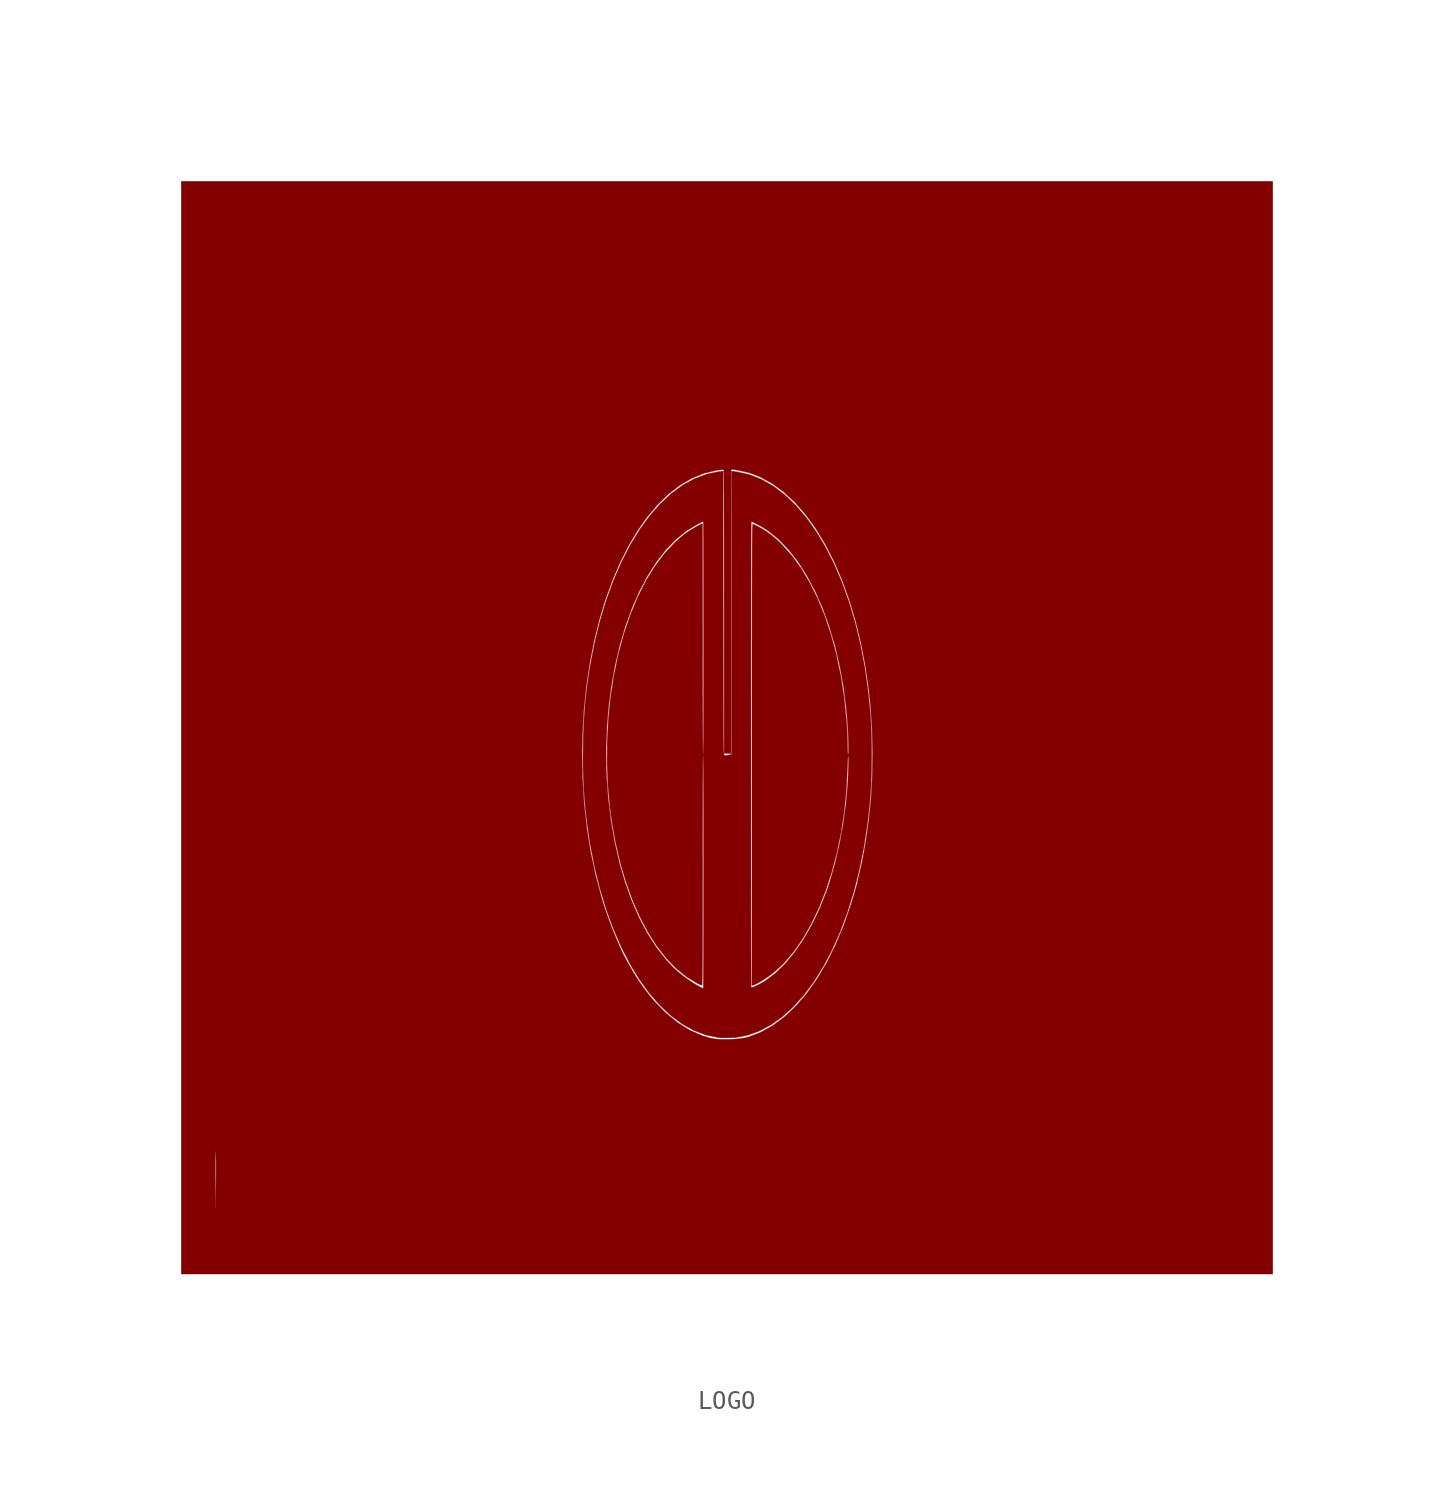
<source format=kicad_sym>
(kicad_symbol_lib
  (version 20210619)
  (generator bitmap2component)
  (symbol "LOGO"
    (pin_names
      (offset 1.016))
    (property "Reference" "#G"
      (at 0 29.428 0)
      (effects (font (size 1.27 1.27)) hide))
    (symbol "LOGO_0_0"
      (polyline (pts (xy 30.03 30.063) (xy -30.029 30.063) (xy -30.029 -1.442) (xy -7.978 -1.442) (xy -7.959 -0.377) (xy -7.882 0.969) (xy -7.748 2.279) (xy -7.559 3.547) (xy -7.319 4.77) (xy -7.029 5.941) (xy -6.692 7.056) (xy -6.311 8.11) (xy -5.887 9.098) (xy -5.423 10.014) (xy -4.921 10.854) (xy -4.385 11.612) (xy -3.816 12.284) (xy -3.216 12.864) (xy -2.589 13.347) (xy -1.936 13.728) (xy -1.26 14.003) (xy -0.563 14.165) (xy -0.43 14.183) (xy -0.306 14.195) (xy -0.219 14.198) (xy -0.18 14.192) (xy -0.18 14.191) (xy -0.177 14.118) (xy -0.174 13.929) (xy -0.171 13.633) (xy -0.169 13.237) (xy -0.166 12.749) (xy -0.164 12.174) (xy -0.162 11.522) (xy -0.161 10.799) (xy -0.159 10.012) (xy -0.158 9.169) (xy -0.157 8.278) (xy -0.157 7.345) (xy -0.156 6.377) (xy -0.156 -1.411) (xy 0.219 -1.411) (xy 0.219 6.39) (xy 0.219 7.452) (xy 0.219 8.382) (xy 0.219 9.269) (xy 0.219 10.107) (xy 0.22 10.888) (xy 0.22 11.604) (xy 0.221 12.249) (xy 0.222 12.816) (xy 0.223 13.296) (xy 0.223 13.682) (xy 0.224 13.968) (xy 0.225 14.145) (xy 0.226 14.207) (xy 0.239 14.213) (xy 0.304 14.212) (xy 0.413 14.199) (xy 0.555 14.175) (xy 0.718 14.144) (xy 0.89 14.107) (xy 1.06 14.067) (xy 1.217 14.026) (xy 1.349 13.986) (xy 1.821 13.801) (xy 2.492 13.435) (xy 3.137 12.962) (xy 3.754 12.386) (xy 4.341 11.713) (xy 4.895 10.948) (xy 5.413 10.094) (xy 5.893 9.159) (xy 6.331 8.145) (xy 6.726 7.059) (xy 7.073 5.906) (xy 7.371 4.69) (xy 7.617 3.417) (xy 7.808 2.091) (xy 7.897 1.245) (xy 7.981 -0.023) (xy 8.016 -1.315) (xy 7.998 -2.601) (xy 7.929 -3.853) (xy 7.883 -4.37) (xy 7.796 -5.144) (xy 7.689 -5.926) (xy 7.567 -6.683) (xy 7.435 -7.383) (xy 7.298 -7.993) (xy 7.261 -8.139) (xy 7.211 -8.35) (xy 7.176 -8.503) (xy 7.163 -8.571) (xy 7.159 -8.591) (xy 7.13 -8.701) (xy 7.077 -8.888) (xy 7.006 -9.131) (xy 6.923 -9.412) (xy 6.81 -9.779) (xy 6.412 -10.917) (xy 5.969 -11.973) (xy 5.483 -12.945) (xy 4.958 -13.827) (xy 4.398 -14.617) (xy 3.804 -15.31) (xy 3.18 -15.901) (xy 2.529 -16.388) (xy 1.853 -16.766) (xy 1.157 -17.031) (xy 1.138 -17.036) (xy 0.932 -17.081) (xy 0.681 -17.115) (xy 0.401 -17.139) (xy 0.106 -17.151) (xy -0.187 -17.153) (xy -0.464 -17.143) (xy -0.709 -17.121) (xy -0.907 -17.086) (xy -1.356 -16.953) (xy -2.047 -16.648) (xy -2.72 -16.231) (xy -3.368 -15.703) (xy -3.988 -15.068) (xy -4.222 -14.789) (xy -4.498 -14.436) (xy -4.764 -14.068) (xy -5.005 -13.708) (xy -5.206 -13.377) (xy -5.219 -13.354) (xy -5.327 -13.164) (xy -5.43 -12.984) (xy -5.507 -12.85) (xy -5.679 -12.526) (xy -5.877 -12.109) (xy -6.086 -11.628) (xy -6.298 -11.108) (xy -6.501 -10.572) (xy -6.689 -10.041) (xy -6.85 -9.54) (xy -6.91 -9.34) (xy -7.239 -8.102) (xy -7.507 -6.836) (xy -7.715 -5.539) (xy -7.862 -4.209) (xy -7.95 -2.844) (xy -7.978 -1.442) (xy -30.029 -1.442) (xy -30.029 -24.222) (xy -28.162 -24.222) (xy -28.16 -23.817) (xy -28.155 -23.523) (xy -28.148 -23.344) (xy -28.137 -23.283) (xy -28.135 -23.285) (xy -28.125 -23.368) (xy -28.118 -23.57) (xy -28.114 -23.885) (xy -28.113 -24.312) (xy -28.115 -24.846) (xy -28.118 -25.211) (xy -28.122 -25.601) (xy -28.126 -25.936) (xy -28.13 -26.198) (xy -28.135 -26.37) (xy -28.139 -26.436) (xy -28.142 -26.441) (xy -28.152 -26.407) (xy -28.152 -26.358) (xy -28.153 -26.199) (xy -28.154 -25.948) (xy -28.155 -25.623) (xy -28.157 -25.24) (xy -28.16 -24.817) (xy -28.16 -24.734) (xy -28.162 -24.222) (xy -30.029 -24.222) (xy -30.029 -30.063) (xy 30.03 -30.063) (xy 30.03 30.063)) (stroke (width 0.01)) (fill (type outline)))
      (polyline (pts (xy 0.431 -17.057) (xy 1.115 -16.928) (xy 1.784 -16.687) (xy 2.434 -16.339) (xy 3.062 -15.887) (xy 3.666 -15.336) (xy 4.243 -14.689) (xy 4.79 -13.952) (xy 5.303 -13.127) (xy 5.781 -12.22) (xy 6.219 -11.234) (xy 6.616 -10.173) (xy 6.968 -9.043) (xy 7.272 -7.846) (xy 7.527 -6.587) (xy 7.727 -5.27) (xy 7.74 -5.167) (xy 7.823 -4.453) (xy 7.883 -3.783) (xy 7.924 -3.116) (xy 7.947 -2.41) (xy 7.956 -1.626) (xy 7.955 -1.002) (xy 7.946 -0.42) (xy 7.926 0.112) (xy 7.894 0.631) (xy 7.848 1.174) (xy 7.787 1.779) (xy 7.755 2.057) (xy 7.57 3.36) (xy 7.33 4.614) (xy 7.039 5.811) (xy 6.698 6.949) (xy 6.311 8.021) (xy 5.881 9.023) (xy 5.41 9.95) (xy 4.902 10.797) (xy 4.36 11.559) (xy 3.785 12.232) (xy 3.182 12.81) (xy 2.553 13.288) (xy 1.901 13.662) (xy 1.229 13.927) (xy 0.54 14.078) (xy 0.25 14.116) (xy 0.25 -1.464) (xy 0.082 -1.505) (xy 0.018 -1.518) (xy -0.081 -1.529) (xy -0.144 -1.524) (xy -0.153 -1.518) (xy -0.161 -1.502) (xy -0.168 -1.471) (xy -0.174 -1.418) (xy -0.179 -1.336) (xy -0.184 -1.22) (xy -0.188 -1.062) (xy -0.192 -0.858) (xy -0.195 -0.6) (xy -0.198 -0.282) (xy -0.2 0.102) (xy -0.202 0.558) (xy -0.204 1.093) (xy -0.205 1.713) (xy -0.207 2.424) (xy -0.208 3.233) (xy -0.209 4.145) (xy -0.21 5.168) (xy -0.211 6.307) (xy -0.219 14.116) (xy -0.508 14.078) (xy -1.09 13.959) (xy -1.767 13.71) (xy -2.425 13.351) (xy -3.061 12.885) (xy -3.672 12.317) (xy -4.254 11.652) (xy -4.805 10.893) (xy -5.322 10.047) (xy -5.801 9.117) (xy -6.24 8.108) (xy -6.636 7.024) (xy -6.985 5.871) (xy -7.285 4.653) (xy -7.532 3.374) (xy -7.544 3.304) (xy -7.688 2.349) (xy -7.795 1.418) (xy -7.867 0.479) (xy -7.909 -0.504) (xy -7.916 -1.087) (xy -6.654 -1.087) (xy -6.609 0.054) (xy -6.514 1.192) (xy -6.37 2.301) (xy -6.178 3.377) (xy -5.915 4.505) (xy -5.601 5.572) (xy -5.24 6.572) (xy -4.833 7.499) (xy -4.384 8.347) (xy -3.897 9.11) (xy -3.375 9.782) (xy -2.82 10.358) (xy -2.236 10.832) (xy -1.625 11.197) (xy -1.535 11.242) (xy -1.419 11.298) (xy -1.336 11.336) (xy -1.3 11.35) (xy -1.298 11.304) (xy -1.296 11.143) (xy -1.294 10.874) (xy -1.292 10.506) (xy -1.29 10.046) (xy -1.288 9.503) (xy -1.286 8.884) (xy -1.285 8.198) (xy -1.284 7.452) (xy -1.283 6.655) (xy -1.283 5.815) (xy -1.282 4.939) (xy -1.282 4.551) (xy -1.283 3.416) (xy -1.284 2.397) (xy -1.286 1.496) (xy -1.288 0.712) (xy -1.291 0.047) (xy -1.294 -0.498) (xy -1.298 -0.923) (xy -1.303 -1.228) (xy -1.308 -1.411) (xy -1.314 -1.472) (xy -1.315 -1.468) (xy -1.321 -1.373) (xy -1.326 -1.157) (xy -1.33 -0.82) (xy -1.334 -0.362) (xy -1.338 0.216) (xy -1.34 0.913) (xy -1.342 1.728) (xy -1.344 2.661) (xy -1.345 3.711) (xy -1.345 4.878) (xy -1.345 5.595) (xy -1.345 6.438) (xy -1.346 7.239) (xy -1.346 7.99) (xy -1.347 8.683) (xy -1.347 9.309) (xy -1.348 9.862) (xy -1.349 10.332) (xy -1.35 10.711) (xy -1.351 10.993) (xy -1.352 11.167) (xy -1.353 11.227) (xy -1.354 11.227) (xy -1.412 11.206) (xy -1.516 11.155) (xy -1.652 11.081) (xy -1.807 10.991) (xy -1.968 10.894) (xy -2.123 10.798) (xy -2.257 10.709) (xy -2.357 10.637) (xy -2.851 10.21) (xy -3.422 9.598) (xy -3.954 8.894) (xy -4.445 8.101) (xy -4.892 7.221) (xy -5.295 6.259) (xy -5.651 5.218) (xy -5.958 4.101) (xy -5.995 3.95) (xy -6.229 2.815) (xy -6.407 1.639) (xy -6.528 0.432) (xy -6.591 -0.792) (xy -6.596 -2.02) (xy -6.543 -3.241) (xy -6.429 -4.442) (xy -6.334 -5.146) (xy -6.125 -6.32) (xy -5.863 -7.439) (xy -5.551 -8.498) (xy -5.192 -9.49) (xy -4.789 -10.41) (xy -4.344 -11.251) (xy -3.861 -12.008) (xy -3.343 -12.675) (xy -2.793 -13.247) (xy -2.213 -13.716) (xy -1.606 -14.078) (xy -1.514 -14.121) (xy -1.426 -14.158) (xy -1.38 -14.172) (xy -1.375 -14.15) (xy -1.369 -14.051) (xy -1.365 -13.87) (xy -1.36 -13.601) (xy -1.357 -13.242) (xy -1.353 -12.788) (xy -1.351 -12.236) (xy -1.349 -11.581) (xy -1.347 -10.819) (xy -1.346 -9.946) (xy -1.345 -8.959) (xy -1.345 -7.853) (xy -1.345 -7.555) (xy -1.345 -6.42) (xy -1.343 -5.402) (xy -1.342 -4.501) (xy -1.34 -3.718) (xy -1.337 -3.053) (xy -1.333 -2.508) (xy -1.329 -2.083) (xy -1.325 -1.778) (xy -1.319 -1.595) (xy -1.314 -1.534) (xy -1.312 -1.54) (xy -1.306 -1.64) (xy -1.301 -1.863) (xy -1.297 -2.206) (xy -1.293 -2.67) (xy -1.292 -2.877) (xy 1.314 -2.877) (xy 1.314 -1.793) (xy 1.314 -0.707) (xy 1.315 0.374) (xy 1.315 1.444) (xy 1.315 2.494) (xy 1.316 3.519) (xy 1.316 4.511) (xy 1.317 5.464) (xy 1.318 6.37) (xy 1.319 7.223) (xy 1.32 8.015) (xy 1.321 8.74) (xy 1.322 9.391) (xy 1.324 9.961) (xy 1.325 10.443) (xy 1.327 10.829) (xy 1.328 11.114) (xy 1.33 11.29) (xy 1.332 11.35) (xy 1.346 11.347) (xy 1.415 11.318) (xy 1.524 11.265) (xy 1.659 11.195) (xy 1.805 11.117) (xy 1.95 11.036) (xy 2.077 10.961) (xy 2.174 10.9) (xy 2.252 10.847) (xy 2.842 10.37) (xy 3.401 9.79) (xy 3.926 9.114) (xy 4.415 8.349) (xy 4.864 7.5) (xy 5.271 6.574) (xy 5.632 5.578) (xy 5.946 4.518) (xy 6.209 3.4) (xy 6.418 2.23) (xy 6.571 1.016) (xy 6.59 0.817) (xy 6.621 0.433) (xy 6.647 0.039) (xy 6.668 -0.345) (xy 6.683 -0.701) (xy 6.69 -1.011) (xy 6.691 -1.255) (xy 6.682 -1.415) (xy 6.665 -1.472) (xy 6.647 -1.415) (xy 6.636 -1.251) (xy 6.631 -0.993) (xy 6.63 -0.853) (xy 6.621 -0.535) (xy 6.606 -0.18) (xy 6.586 0.159) (xy 6.563 0.478) (xy 6.434 1.712) (xy 6.247 2.903) (xy 6.007 4.045) (xy 5.713 5.13) (xy 5.37 6.153) (xy 4.978 7.109) (xy 4.541 7.989) (xy 4.06 8.789) (xy 3.538 9.502) (xy 2.977 10.122) (xy 2.813 10.278) (xy 2.44 10.597) (xy 2.076 10.859) (xy 1.74 11.051) (xy 1.704 11.068) (xy 1.583 11.127) (xy 1.486 11.175) (xy 1.431 11.204) (xy 1.427 11.205) (xy 1.421 11.197) (xy 1.415 11.174) (xy 1.41 11.131) (xy 1.406 11.063) (xy 1.402 10.965) (xy 1.398 10.832) (xy 1.395 10.66) (xy 1.391 10.443) (xy 1.389 10.177) (xy 1.387 9.856) (xy 1.385 9.477) (xy 1.383 9.033) (xy 1.381 8.52) (xy 1.38 7.934) (xy 1.379 7.269) (xy 1.378 6.52) (xy 1.378 5.682) (xy 1.377 4.752) (xy 1.377 3.723) (xy 1.377 2.591) (xy 1.376 1.35) (xy 1.376 -14.183) (xy 1.509 -14.141) (xy 1.544 -14.128) (xy 1.679 -14.064) (xy 1.852 -13.965) (xy 2.048 -13.842) (xy 2.252 -13.705) (xy 2.449 -13.562) (xy 2.625 -13.424) (xy 3.147 -12.934) (xy 3.676 -12.312) (xy 4.17 -11.598) (xy 4.628 -10.799) (xy 5.046 -9.923) (xy 5.421 -8.978) (xy 5.751 -7.971) (xy 6.033 -6.91) (xy 6.263 -5.804) (xy 6.44 -4.659) (xy 6.561 -3.483) (xy 6.622 -2.285) (xy 6.623 -2.261) (xy 6.634 -1.956) (xy 6.647 -1.728) (xy 6.662 -1.585) (xy 6.676 -1.535) (xy 6.686 -1.584) (xy 6.692 -1.739) (xy 6.691 -2.009) (xy 6.69 -2.081) (xy 6.644 -3.144) (xy 6.544 -4.234) (xy 6.393 -5.331) (xy 6.194 -6.413) (xy 5.952 -7.461) (xy 5.668 -8.454) (xy 5.477 -9.019) (xy 5.103 -9.96) (xy 4.682 -10.838) (xy 4.219 -11.644) (xy 3.721 -12.368) (xy 3.195 -13) (xy 2.645 -13.53) (xy 2.08 -13.949) (xy 1.979 -14.01) (xy 1.842 -14.085) (xy 1.698 -14.159) (xy 1.562 -14.223) (xy 1.446 -14.273) (xy 1.364 -14.302) (xy 1.329 -14.304) (xy 1.328 -14.293) (xy 1.326 -14.184) (xy 1.325 -13.962) (xy 1.323 -13.633) (xy 1.322 -13.206) (xy 1.321 -12.687) (xy 1.319 -12.082) (xy 1.319 -11.399) (xy 1.317 -10.645) (xy 1.317 -9.827) (xy 1.316 -8.951) (xy 1.315 -8.024) (xy 1.315 -7.054) (xy 1.315 -6.048) (xy 1.314 -5.011) (xy 1.314 -3.952) (xy 1.314 -2.877) (xy -1.292 -2.877) (xy -1.29 -3.253) (xy -1.287 -3.956) (xy -1.285 -4.777) (xy -1.284 -5.716) (xy -1.283 -6.772) (xy -1.282 -7.945) (xy -1.283 -8.717) (xy -1.283 -9.561) (xy -1.284 -10.364) (xy -1.286 -11.115) (xy -1.287 -11.809) (xy -1.289 -12.435) (xy -1.292 -12.987) (xy -1.294 -13.457) (xy -1.297 -13.835) (xy -1.3 -14.115) (xy -1.303 -14.289) (xy -1.306 -14.348) (xy -1.413 -14.303) (xy -1.64 -14.184) (xy -1.899 -14.026) (xy -2.174 -13.84) (xy -2.447 -13.637) (xy -2.705 -13.428) (xy -2.93 -13.224) (xy -3.356 -12.774) (xy -3.893 -12.089) (xy -4.389 -11.316) (xy -4.842 -10.461) (xy -5.249 -9.529) (xy -5.609 -8.527) (xy -5.92 -7.459) (xy -6.179 -6.331) (xy -6.386 -5.15) (xy -6.537 -3.92) (xy -6.631 -2.647) (xy -6.649 -2.201) (xy -6.654 -1.087) (xy -7.916 -1.087) (xy -7.922 -1.564) (xy -7.916 -2.236) (xy -7.894 -3.018) (xy -7.851 -3.758) (xy -7.785 -4.498) (xy -7.694 -5.283) (xy -7.529 -6.393) (xy -7.285 -7.65) (xy -6.988 -8.851) (xy -6.643 -9.989) (xy -6.252 -11.061) (xy -5.818 -12.062) (xy -5.344 -12.986) (xy -4.833 -13.829) (xy -4.288 -14.586) (xy -3.712 -15.252) (xy -3.107 -15.823) (xy -2.478 -16.293) (xy -1.827 -16.657) (xy -1.156 -16.912) (xy -0.469 -17.051) (xy -0.267 -17.069) (xy 0.431 -17.057)) (stroke (width 0.01)) (fill (type outline))))))
</source>
